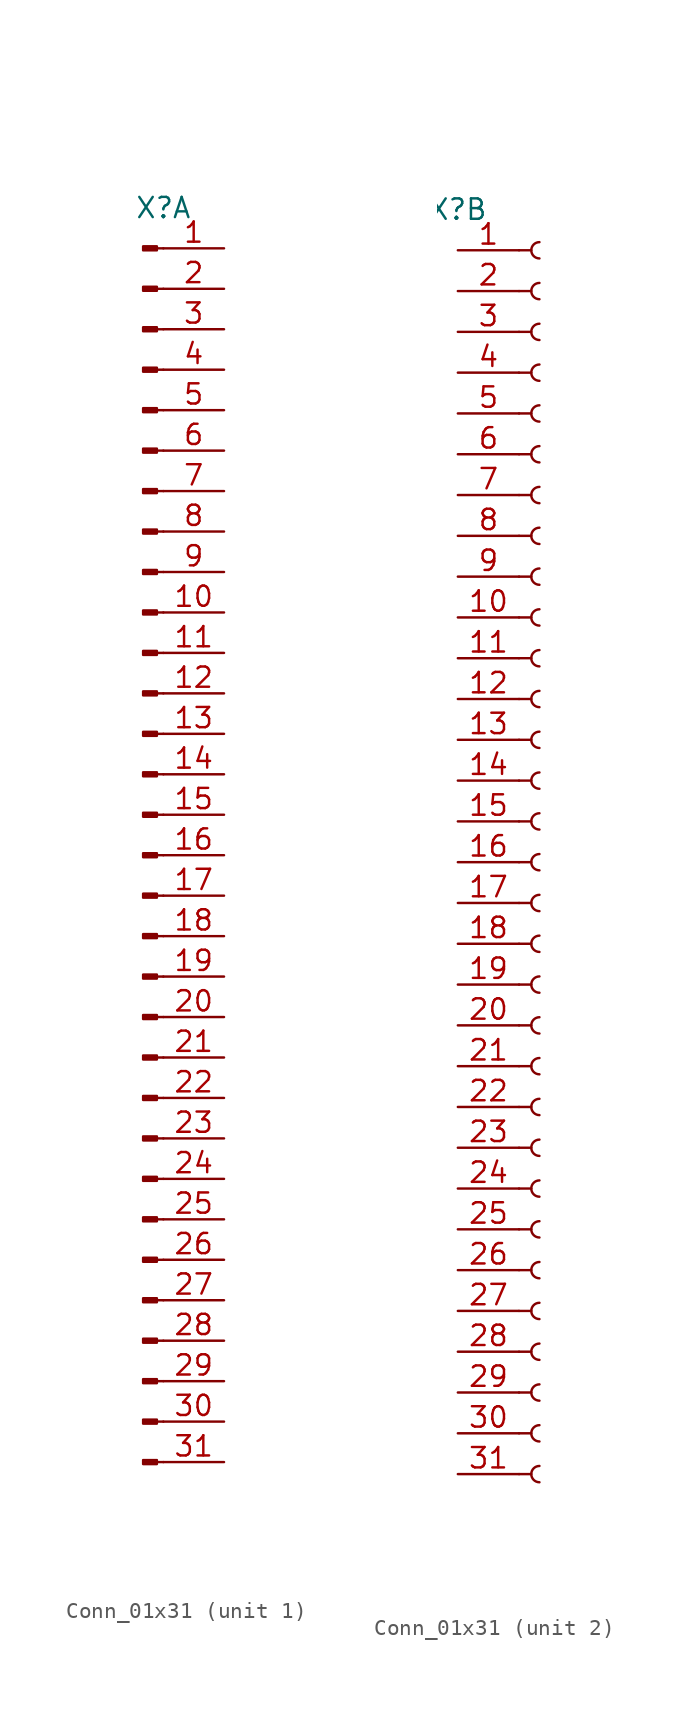
<source format=kicad_sym>
(kicad_symbol_lib
  (version 20241209)
  (generator "kicad_symbol_editor")
  (generator_version "9.0")
  (symbol "Conn_01x31"
    (pin_names
      (offset 1.016)
      (hide yes))
    (property "Reference" "X"
      (at 0 40.64 0)
      (effects (font (size 1.27 1.27))))
    (property "ki_locked" ""
      (at 0 0 0)
      (effects (font (size 1.27 1.27))))
    (symbol "Conn_01x31_1_1"
      (rectangle (start -0.406 38.227) (end -1.27 37.973) (stroke (width 0.152) (type default)) (fill (type outline)))
      (rectangle (start -0.406 35.687) (end -1.27 35.433) (stroke (width 0.152) (type default)) (fill (type outline)))
      (rectangle (start -0.406 33.147) (end -1.27 32.893) (stroke (width 0.152) (type default)) (fill (type outline)))
      (rectangle (start -0.406 30.607) (end -1.27 30.353) (stroke (width 0.152) (type default)) (fill (type outline)))
      (rectangle (start -0.406 28.067) (end -1.27 27.813) (stroke (width 0.152) (type default)) (fill (type outline)))
      (rectangle (start -0.406 25.527) (end -1.27 25.273) (stroke (width 0.152) (type default)) (fill (type outline)))
      (rectangle (start -0.406 22.987) (end -1.27 22.733) (stroke (width 0.152) (type default)) (fill (type outline)))
      (rectangle (start -0.406 20.447) (end -1.27 20.193) (stroke (width 0.152) (type default)) (fill (type outline)))
      (rectangle (start -0.406 17.907) (end -1.27 17.653) (stroke (width 0.152) (type default)) (fill (type outline)))
      (rectangle (start -0.406 15.367) (end -1.27 15.113) (stroke (width 0.152) (type default)) (fill (type outline)))
      (rectangle (start -0.406 12.827) (end -1.27 12.573) (stroke (width 0.152) (type default)) (fill (type outline)))
      (rectangle (start -0.406 10.287) (end -1.27 10.033) (stroke (width 0.152) (type default)) (fill (type outline)))
      (rectangle (start -0.406 7.747) (end -1.27 7.493) (stroke (width 0.152) (type default)) (fill (type outline)))
      (rectangle (start -0.406 5.207) (end -1.27 4.953) (stroke (width 0.152) (type default)) (fill (type outline)))
      (rectangle (start -0.406 2.667) (end -1.27 2.413) (stroke (width 0.152) (type default)) (fill (type outline)))
      (rectangle (start -0.406 0.127) (end -1.27 -0.127) (stroke (width 0.152) (type default)) (fill (type outline)))
      (rectangle (start -0.406 -2.413) (end -1.27 -2.667) (stroke (width 0.152) (type default)) (fill (type outline)))
      (rectangle (start -0.406 -4.953) (end -1.27 -5.207) (stroke (width 0.152) (type default)) (fill (type outline)))
      (rectangle (start -0.406 -7.493) (end -1.27 -7.747) (stroke (width 0.152) (type default)) (fill (type outline)))
      (rectangle (start -0.406 -10.033) (end -1.27 -10.287) (stroke (width 0.152) (type default)) (fill (type outline)))
      (rectangle (start -0.406 -12.573) (end -1.27 -12.827) (stroke (width 0.152) (type default)) (fill (type outline)))
      (rectangle (start -0.406 -15.113) (end -1.27 -15.367) (stroke (width 0.152) (type default)) (fill (type outline)))
      (rectangle (start -0.406 -17.653) (end -1.27 -17.907) (stroke (width 0.152) (type default)) (fill (type outline)))
      (rectangle (start -0.406 -20.193) (end -1.27 -20.447) (stroke (width 0.152) (type default)) (fill (type outline)))
      (rectangle (start -0.406 -22.733) (end -1.27 -22.987) (stroke (width 0.152) (type default)) (fill (type outline)))
      (rectangle (start -0.406 -25.273) (end -1.27 -25.527) (stroke (width 0.152) (type default)) (fill (type outline)))
      (rectangle (start -0.406 -27.813) (end -1.27 -28.067) (stroke (width 0.152) (type default)) (fill (type outline)))
      (rectangle (start -0.406 -30.353) (end -1.27 -30.607) (stroke (width 0.152) (type default)) (fill (type outline)))
      (rectangle (start -0.406 -32.893) (end -1.27 -33.147) (stroke (width 0.152) (type default)) (fill (type outline)))
      (rectangle (start -0.406 -35.433) (end -1.27 -35.687) (stroke (width 0.152) (type default)) (fill (type outline)))
      (rectangle (start -0.406 -37.973) (end -1.27 -38.227) (stroke (width 0.152) (type default)) (fill (type outline)))
      (polyline (pts (xy 0 38.1) (xy -0.406 38.1)) (stroke (width 0.152) (type default)) (fill (type none)))
      (polyline (pts (xy 0 35.56) (xy -0.406 35.56)) (stroke (width 0.152) (type default)) (fill (type none)))
      (polyline (pts (xy 0 33.02) (xy -0.406 33.02)) (stroke (width 0.152) (type default)) (fill (type none)))
      (polyline (pts (xy 0 30.48) (xy -0.406 30.48)) (stroke (width 0.152) (type default)) (fill (type none)))
      (polyline (pts (xy 0 27.94) (xy -0.406 27.94)) (stroke (width 0.152) (type default)) (fill (type none)))
      (polyline (pts (xy 0 25.4) (xy -0.406 25.4)) (stroke (width 0.152) (type default)) (fill (type none)))
      (polyline (pts (xy 0 22.86) (xy -0.406 22.86)) (stroke (width 0.152) (type default)) (fill (type none)))
      (polyline (pts (xy 0 20.32) (xy -0.406 20.32)) (stroke (width 0.152) (type default)) (fill (type none)))
      (polyline (pts (xy 0 17.78) (xy -0.406 17.78)) (stroke (width 0.152) (type default)) (fill (type none)))
      (polyline (pts (xy 0 15.24) (xy -0.406 15.24)) (stroke (width 0.152) (type default)) (fill (type none)))
      (polyline (pts (xy 0 12.7) (xy -0.406 12.7)) (stroke (width 0.152) (type default)) (fill (type none)))
      (polyline (pts (xy 0 10.16) (xy -0.406 10.16)) (stroke (width 0.152) (type default)) (fill (type none)))
      (polyline (pts (xy 0 7.62) (xy -0.406 7.62)) (stroke (width 0.152) (type default)) (fill (type none)))
      (polyline (pts (xy 0 5.08) (xy -0.406 5.08)) (stroke (width 0.152) (type default)) (fill (type none)))
      (polyline (pts (xy 0 2.54) (xy -0.406 2.54)) (stroke (width 0.152) (type default)) (fill (type none)))
      (polyline (pts (xy 0 0) (xy -0.406 0)) (stroke (width 0.152) (type default)) (fill (type none)))
      (polyline (pts (xy 0 -2.54) (xy -0.406 -2.54)) (stroke (width 0.152) (type default)) (fill (type none)))
      (polyline (pts (xy 0 -5.08) (xy -0.406 -5.08)) (stroke (width 0.152) (type default)) (fill (type none)))
      (polyline (pts (xy 0 -7.62) (xy -0.406 -7.62)) (stroke (width 0.152) (type default)) (fill (type none)))
      (polyline (pts (xy 0 -10.16) (xy -0.406 -10.16)) (stroke (width 0.152) (type default)) (fill (type none)))
      (polyline (pts (xy 0 -12.7) (xy -0.406 -12.7)) (stroke (width 0.152) (type default)) (fill (type none)))
      (polyline (pts (xy 0 -15.24) (xy -0.406 -15.24)) (stroke (width 0.152) (type default)) (fill (type none)))
      (polyline (pts (xy 0 -17.78) (xy -0.406 -17.78)) (stroke (width 0.152) (type default)) (fill (type none)))
      (polyline (pts (xy 0 -20.32) (xy -0.406 -20.32)) (stroke (width 0.152) (type default)) (fill (type none)))
      (polyline (pts (xy 0 -22.86) (xy -0.406 -22.86)) (stroke (width 0.152) (type default)) (fill (type none)))
      (polyline (pts (xy 0 -25.4) (xy -0.406 -25.4)) (stroke (width 0.152) (type default)) (fill (type none)))
      (polyline (pts (xy 0 -27.94) (xy -0.406 -27.94)) (stroke (width 0.152) (type default)) (fill (type none)))
      (polyline (pts (xy 0 -30.48) (xy -0.406 -30.48)) (stroke (width 0.152) (type default)) (fill (type none)))
      (polyline (pts (xy 0 -33.02) (xy -0.406 -33.02)) (stroke (width 0.152) (type default)) (fill (type none)))
      (polyline (pts (xy 0 -35.56) (xy -0.406 -35.56)) (stroke (width 0.152) (type default)) (fill (type none)))
      (polyline (pts (xy 0 -38.1) (xy -0.406 -38.1)) (stroke (width 0.152) (type default)) (fill (type none)))
      (pin passive line (at 3.81 38.1 180) (length 3.81) (name "Pin_1" (effects (font (size 1.27 1.27)))) (number "1" (effects (font (size 1.27 1.27)))))
      (pin passive line (at 3.81 35.56 180) (length 3.81) (name "Pin_2" (effects (font (size 1.27 1.27)))) (number "2" (effects (font (size 1.27 1.27)))))
      (pin passive line (at 3.81 33.02 180) (length 3.81) (name "Pin_3" (effects (font (size 1.27 1.27)))) (number "3" (effects (font (size 1.27 1.27)))))
      (pin passive line (at 3.81 30.48 180) (length 3.81) (name "Pin_4" (effects (font (size 1.27 1.27)))) (number "4" (effects (font (size 1.27 1.27)))))
      (pin passive line (at 3.81 27.94 180) (length 3.81) (name "Pin_5" (effects (font (size 1.27 1.27)))) (number "5" (effects (font (size 1.27 1.27)))))
      (pin passive line (at 3.81 25.4 180) (length 3.81) (name "Pin_6" (effects (font (size 1.27 1.27)))) (number "6" (effects (font (size 1.27 1.27)))))
      (pin passive line (at 3.81 22.86 180) (length 3.81) (name "Pin_7" (effects (font (size 1.27 1.27)))) (number "7" (effects (font (size 1.27 1.27)))))
      (pin passive line (at 3.81 20.32 180) (length 3.81) (name "Pin_8" (effects (font (size 1.27 1.27)))) (number "8" (effects (font (size 1.27 1.27)))))
      (pin passive line (at 3.81 17.78 180) (length 3.81) (name "Pin_9" (effects (font (size 1.27 1.27)))) (number "9" (effects (font (size 1.27 1.27)))))
      (pin passive line (at 3.81 15.24 180) (length 3.81) (name "Pin_10" (effects (font (size 1.27 1.27)))) (number "10" (effects (font (size 1.27 1.27)))))
      (pin passive line (at 3.81 12.7 180) (length 3.81) (name "Pin_11" (effects (font (size 1.27 1.27)))) (number "11" (effects (font (size 1.27 1.27)))))
      (pin passive line (at 3.81 10.16 180) (length 3.81) (name "Pin_12" (effects (font (size 1.27 1.27)))) (number "12" (effects (font (size 1.27 1.27)))))
      (pin passive line (at 3.81 7.62 180) (length 3.81) (name "Pin_13" (effects (font (size 1.27 1.27)))) (number "13" (effects (font (size 1.27 1.27)))))
      (pin passive line (at 3.81 5.08 180) (length 3.81) (name "Pin_14" (effects (font (size 1.27 1.27)))) (number "14" (effects (font (size 1.27 1.27)))))
      (pin passive line (at 3.81 2.54 180) (length 3.81) (name "Pin_15" (effects (font (size 1.27 1.27)))) (number "15" (effects (font (size 1.27 1.27)))))
      (pin passive line (at 3.81 0 180) (length 3.81) (name "Pin_16" (effects (font (size 1.27 1.27)))) (number "16" (effects (font (size 1.27 1.27)))))
      (pin passive line (at 3.81 -2.54 180) (length 3.81) (name "Pin_17" (effects (font (size 1.27 1.27)))) (number "17" (effects (font (size 1.27 1.27)))))
      (pin passive line (at 3.81 -5.08 180) (length 3.81) (name "Pin_18" (effects (font (size 1.27 1.27)))) (number "18" (effects (font (size 1.27 1.27)))))
      (pin passive line (at 3.81 -7.62 180) (length 3.81) (name "Pin_19" (effects (font (size 1.27 1.27)))) (number "19" (effects (font (size 1.27 1.27)))))
      (pin passive line (at 3.81 -10.16 180) (length 3.81) (name "Pin_20" (effects (font (size 1.27 1.27)))) (number "20" (effects (font (size 1.27 1.27)))))
      (pin passive line (at 3.81 -12.7 180) (length 3.81) (name "Pin_21" (effects (font (size 1.27 1.27)))) (number "21" (effects (font (size 1.27 1.27)))))
      (pin passive line (at 3.81 -15.24 180) (length 3.81) (name "Pin_22" (effects (font (size 1.27 1.27)))) (number "22" (effects (font (size 1.27 1.27)))))
      (pin passive line (at 3.81 -17.78 180) (length 3.81) (name "Pin_23" (effects (font (size 1.27 1.27)))) (number "23" (effects (font (size 1.27 1.27)))))
      (pin passive line (at 3.81 -20.32 180) (length 3.81) (name "Pin_24" (effects (font (size 1.27 1.27)))) (number "24" (effects (font (size 1.27 1.27)))))
      (pin passive line (at 3.81 -22.86 180) (length 3.81) (name "Pin_25" (effects (font (size 1.27 1.27)))) (number "25" (effects (font (size 1.27 1.27)))))
      (pin passive line (at 3.81 -25.4 180) (length 3.81) (name "Pin_26" (effects (font (size 1.27 1.27)))) (number "26" (effects (font (size 1.27 1.27)))))
      (pin passive line (at 3.81 -27.94 180) (length 3.81) (name "Pin_27" (effects (font (size 1.27 1.27)))) (number "27" (effects (font (size 1.27 1.27)))))
      (pin passive line (at 3.81 -30.48 180) (length 3.81) (name "Pin_28" (effects (font (size 1.27 1.27)))) (number "28" (effects (font (size 1.27 1.27)))))
      (pin passive line (at 3.81 -33.02 180) (length 3.81) (name "Pin_29" (effects (font (size 1.27 1.27)))) (number "29" (effects (font (size 1.27 1.27)))))
      (pin passive line (at 3.81 -35.56 180) (length 3.81) (name "Pin_30" (effects (font (size 1.27 1.27)))) (number "30" (effects (font (size 1.27 1.27)))))
      (pin passive line (at 3.81 -38.1 180) (length 3.81) (name "Pin_31" (effects (font (size 1.27 1.27)))) (number "31" (effects (font (size 1.27 1.27))))))
    (symbol "Conn_01x31_2_1"
      (polyline (pts (xy 3.81 38.1) (xy 4.572 38.1)) (stroke (width 0.152) (type default)) (fill (type none)))
      (polyline (pts (xy 3.81 35.56) (xy 4.572 35.56)) (stroke (width 0.152) (type default)) (fill (type none)))
      (polyline (pts (xy 3.81 33.02) (xy 4.572 33.02)) (stroke (width 0.152) (type default)) (fill (type none)))
      (polyline (pts (xy 3.81 30.48) (xy 4.572 30.48)) (stroke (width 0.152) (type default)) (fill (type none)))
      (polyline (pts (xy 3.81 27.94) (xy 4.572 27.94)) (stroke (width 0.152) (type default)) (fill (type none)))
      (polyline (pts (xy 3.81 25.4) (xy 4.572 25.4)) (stroke (width 0.152) (type default)) (fill (type none)))
      (polyline (pts (xy 3.81 22.86) (xy 4.572 22.86)) (stroke (width 0.152) (type default)) (fill (type none)))
      (polyline (pts (xy 3.81 20.32) (xy 4.572 20.32)) (stroke (width 0.152) (type default)) (fill (type none)))
      (polyline (pts (xy 3.81 17.78) (xy 4.572 17.78)) (stroke (width 0.152) (type default)) (fill (type none)))
      (polyline (pts (xy 3.81 15.24) (xy 4.572 15.24)) (stroke (width 0.152) (type default)) (fill (type none)))
      (polyline (pts (xy 3.81 12.7) (xy 4.572 12.7)) (stroke (width 0.152) (type default)) (fill (type none)))
      (polyline (pts (xy 3.81 10.16) (xy 4.572 10.16)) (stroke (width 0.152) (type default)) (fill (type none)))
      (polyline (pts (xy 3.81 7.62) (xy 4.572 7.62)) (stroke (width 0.152) (type default)) (fill (type none)))
      (polyline (pts (xy 3.81 5.08) (xy 4.572 5.08)) (stroke (width 0.152) (type default)) (fill (type none)))
      (polyline (pts (xy 3.81 2.54) (xy 4.572 2.54)) (stroke (width 0.152) (type default)) (fill (type none)))
      (polyline (pts (xy 3.81 0) (xy 4.572 0)) (stroke (width 0.152) (type default)) (fill (type none)))
      (polyline (pts (xy 3.81 -2.54) (xy 4.572 -2.54)) (stroke (width 0.152) (type default)) (fill (type none)))
      (polyline (pts (xy 3.81 -5.08) (xy 4.572 -5.08)) (stroke (width 0.152) (type default)) (fill (type none)))
      (polyline (pts (xy 3.81 -7.62) (xy 4.572 -7.62)) (stroke (width 0.152) (type default)) (fill (type none)))
      (polyline (pts (xy 3.81 -10.16) (xy 4.572 -10.16)) (stroke (width 0.152) (type default)) (fill (type none)))
      (polyline (pts (xy 3.81 -12.7) (xy 4.572 -12.7)) (stroke (width 0.152) (type default)) (fill (type none)))
      (polyline (pts (xy 3.81 -15.24) (xy 4.572 -15.24)) (stroke (width 0.152) (type default)) (fill (type none)))
      (polyline (pts (xy 3.81 -17.78) (xy 4.572 -17.78)) (stroke (width 0.152) (type default)) (fill (type none)))
      (polyline (pts (xy 3.81 -20.32) (xy 4.572 -20.32)) (stroke (width 0.152) (type default)) (fill (type none)))
      (polyline (pts (xy 3.81 -22.86) (xy 4.572 -22.86)) (stroke (width 0.152) (type default)) (fill (type none)))
      (polyline (pts (xy 3.81 -25.4) (xy 4.572 -25.4)) (stroke (width 0.152) (type default)) (fill (type none)))
      (polyline (pts (xy 3.81 -27.94) (xy 4.572 -27.94)) (stroke (width 0.152) (type default)) (fill (type none)))
      (polyline (pts (xy 3.81 -30.48) (xy 4.572 -30.48)) (stroke (width 0.152) (type default)) (fill (type none)))
      (polyline (pts (xy 3.81 -33.02) (xy 4.572 -33.02)) (stroke (width 0.152) (type default)) (fill (type none)))
      (polyline (pts (xy 3.81 -35.56) (xy 4.572 -35.56)) (stroke (width 0.152) (type default)) (fill (type none)))
      (polyline (pts (xy 3.81 -38.1) (xy 4.572 -38.1)) (stroke (width 0.152) (type default)) (fill (type none)))
      (arc (start 5.08 37.592) (mid 4.5742 38.1) (end 5.08 38.608) (stroke (width 0.1524) (type default)) (fill (type none)))
      (arc (start 5.08 35.052) (mid 4.5742 35.56) (end 5.08 36.068) (stroke (width 0.1524) (type default)) (fill (type none)))
      (arc (start 5.08 32.512) (mid 4.5742 33.02) (end 5.08 33.528) (stroke (width 0.1524) (type default)) (fill (type none)))
      (arc (start 5.08 29.972) (mid 4.5742 30.48) (end 5.08 30.988) (stroke (width 0.1524) (type default)) (fill (type none)))
      (arc (start 5.08 27.432) (mid 4.5742 27.94) (end 5.08 28.448) (stroke (width 0.1524) (type default)) (fill (type none)))
      (arc (start 5.08 24.892) (mid 4.5742 25.4) (end 5.08 25.908) (stroke (width 0.1524) (type default)) (fill (type none)))
      (arc (start 5.08 22.352) (mid 4.5742 22.86) (end 5.08 23.368) (stroke (width 0.1524) (type default)) (fill (type none)))
      (arc (start 5.08 19.812) (mid 4.5742 20.32) (end 5.08 20.828) (stroke (width 0.1524) (type default)) (fill (type none)))
      (arc (start 5.08 17.272) (mid 4.5742 17.78) (end 5.08 18.288) (stroke (width 0.1524) (type default)) (fill (type none)))
      (arc (start 5.08 14.732) (mid 4.5742 15.24) (end 5.08 15.748) (stroke (width 0.1524) (type default)) (fill (type none)))
      (arc (start 5.08 12.192) (mid 4.5742 12.7) (end 5.08 13.208) (stroke (width 0.1524) (type default)) (fill (type none)))
      (arc (start 5.08 9.652) (mid 4.5742 10.16) (end 5.08 10.668) (stroke (width 0.1524) (type default)) (fill (type none)))
      (arc (start 5.08 7.112) (mid 4.5742 7.62) (end 5.08 8.128) (stroke (width 0.1524) (type default)) (fill (type none)))
      (arc (start 5.08 4.572) (mid 4.5742 5.08) (end 5.08 5.588) (stroke (width 0.1524) (type default)) (fill (type none)))
      (arc (start 5.08 2.032) (mid 4.5742 2.54) (end 5.08 3.048) (stroke (width 0.1524) (type default)) (fill (type none)))
      (arc (start 5.08 -0.508) (mid 4.5742 0) (end 5.08 0.508) (stroke (width 0.1524) (type default)) (fill (type none)))
      (arc (start 5.08 -3.048) (mid 4.5742 -2.54) (end 5.08 -2.032) (stroke (width 0.1524) (type default)) (fill (type none)))
      (arc (start 5.08 -5.588) (mid 4.5742 -5.08) (end 5.08 -4.572) (stroke (width 0.1524) (type default)) (fill (type none)))
      (arc (start 5.08 -8.128) (mid 4.5742 -7.62) (end 5.08 -7.112) (stroke (width 0.1524) (type default)) (fill (type none)))
      (arc (start 5.08 -10.668) (mid 4.5742 -10.16) (end 5.08 -9.652) (stroke (width 0.1524) (type default)) (fill (type none)))
      (arc (start 5.08 -13.208) (mid 4.5742 -12.7) (end 5.08 -12.192) (stroke (width 0.1524) (type default)) (fill (type none)))
      (arc (start 5.08 -15.748) (mid 4.5742 -15.24) (end 5.08 -14.732) (stroke (width 0.1524) (type default)) (fill (type none)))
      (arc (start 5.08 -18.288) (mid 4.5742 -17.78) (end 5.08 -17.272) (stroke (width 0.1524) (type default)) (fill (type none)))
      (arc (start 5.08 -20.828) (mid 4.5742 -20.32) (end 5.08 -19.812) (stroke (width 0.1524) (type default)) (fill (type none)))
      (arc (start 5.08 -23.368) (mid 4.5742 -22.86) (end 5.08 -22.352) (stroke (width 0.1524) (type default)) (fill (type none)))
      (arc (start 5.08 -25.908) (mid 4.5742 -25.4) (end 5.08 -24.892) (stroke (width 0.1524) (type default)) (fill (type none)))
      (arc (start 5.08 -28.448) (mid 4.5742 -27.94) (end 5.08 -27.432) (stroke (width 0.1524) (type default)) (fill (type none)))
      (arc (start 5.08 -30.988) (mid 4.5742 -30.48) (end 5.08 -29.972) (stroke (width 0.1524) (type default)) (fill (type none)))
      (arc (start 5.08 -33.528) (mid 4.5742 -33.02) (end 5.08 -32.512) (stroke (width 0.1524) (type default)) (fill (type none)))
      (arc (start 5.08 -36.068) (mid 4.5742 -35.56) (end 5.08 -35.052) (stroke (width 0.1524) (type default)) (fill (type none)))
      (arc (start 5.08 -38.608) (mid 4.5742 -38.1) (end 5.08 -37.592) (stroke (width 0.1524) (type default)) (fill (type none)))
      (pin passive line (at 0 38.1 0) (length 3.81) (name "Pin_1" (effects (font (size 1.27 1.27)))) (number "1" (effects (font (size 1.27 1.27)))))
      (pin passive line (at 0 35.56 0) (length 3.81) (name "Pin_2" (effects (font (size 1.27 1.27)))) (number "2" (effects (font (size 1.27 1.27)))))
      (pin passive line (at 0 33.02 0) (length 3.81) (name "Pin_3" (effects (font (size 1.27 1.27)))) (number "3" (effects (font (size 1.27 1.27)))))
      (pin passive line (at 0 30.48 0) (length 3.81) (name "Pin_4" (effects (font (size 1.27 1.27)))) (number "4" (effects (font (size 1.27 1.27)))))
      (pin passive line (at 0 27.94 0) (length 3.81) (name "Pin_5" (effects (font (size 1.27 1.27)))) (number "5" (effects (font (size 1.27 1.27)))))
      (pin passive line (at 0 25.4 0) (length 3.81) (name "Pin_6" (effects (font (size 1.27 1.27)))) (number "6" (effects (font (size 1.27 1.27)))))
      (pin passive line (at 0 22.86 0) (length 3.81) (name "Pin_7" (effects (font (size 1.27 1.27)))) (number "7" (effects (font (size 1.27 1.27)))))
      (pin passive line (at 0 20.32 0) (length 3.81) (name "Pin_8" (effects (font (size 1.27 1.27)))) (number "8" (effects (font (size 1.27 1.27)))))
      (pin passive line (at 0 17.78 0) (length 3.81) (name "Pin_9" (effects (font (size 1.27 1.27)))) (number "9" (effects (font (size 1.27 1.27)))))
      (pin passive line (at 0 15.24 0) (length 3.81) (name "Pin_10" (effects (font (size 1.27 1.27)))) (number "10" (effects (font (size 1.27 1.27)))))
      (pin passive line (at 0 12.7 0) (length 3.81) (name "Pin_11" (effects (font (size 1.27 1.27)))) (number "11" (effects (font (size 1.27 1.27)))))
      (pin passive line (at 0 10.16 0) (length 3.81) (name "Pin_12" (effects (font (size 1.27 1.27)))) (number "12" (effects (font (size 1.27 1.27)))))
      (pin passive line (at 0 7.62 0) (length 3.81) (name "Pin_13" (effects (font (size 1.27 1.27)))) (number "13" (effects (font (size 1.27 1.27)))))
      (pin passive line (at 0 5.08 0) (length 3.81) (name "Pin_14" (effects (font (size 1.27 1.27)))) (number "14" (effects (font (size 1.27 1.27)))))
      (pin passive line (at 0 2.54 0) (length 3.81) (name "Pin_15" (effects (font (size 1.27 1.27)))) (number "15" (effects (font (size 1.27 1.27)))))
      (pin passive line (at 0 0 0) (length 3.81) (name "Pin_16" (effects (font (size 1.27 1.27)))) (number "16" (effects (font (size 1.27 1.27)))))
      (pin passive line (at 0 -2.54 0) (length 3.81) (name "Pin_17" (effects (font (size 1.27 1.27)))) (number "17" (effects (font (size 1.27 1.27)))))
      (pin passive line (at 0 -5.08 0) (length 3.81) (name "Pin_18" (effects (font (size 1.27 1.27)))) (number "18" (effects (font (size 1.27 1.27)))))
      (pin passive line (at 0 -7.62 0) (length 3.81) (name "Pin_19" (effects (font (size 1.27 1.27)))) (number "19" (effects (font (size 1.27 1.27)))))
      (pin passive line (at 0 -10.16 0) (length 3.81) (name "Pin_20" (effects (font (size 1.27 1.27)))) (number "20" (effects (font (size 1.27 1.27)))))
      (pin passive line (at 0 -12.7 0) (length 3.81) (name "Pin_21" (effects (font (size 1.27 1.27)))) (number "21" (effects (font (size 1.27 1.27)))))
      (pin passive line (at 0 -15.24 0) (length 3.81) (name "Pin_22" (effects (font (size 1.27 1.27)))) (number "22" (effects (font (size 1.27 1.27)))))
      (pin passive line (at 0 -17.78 0) (length 3.81) (name "Pin_23" (effects (font (size 1.27 1.27)))) (number "23" (effects (font (size 1.27 1.27)))))
      (pin passive line (at 0 -20.32 0) (length 3.81) (name "Pin_24" (effects (font (size 1.27 1.27)))) (number "24" (effects (font (size 1.27 1.27)))))
      (pin passive line (at 0 -22.86 0) (length 3.81) (name "Pin_25" (effects (font (size 1.27 1.27)))) (number "25" (effects (font (size 1.27 1.27)))))
      (pin passive line (at 0 -25.4 0) (length 3.81) (name "Pin_26" (effects (font (size 1.27 1.27)))) (number "26" (effects (font (size 1.27 1.27)))))
      (pin passive line (at 0 -27.94 0) (length 3.81) (name "Pin_27" (effects (font (size 1.27 1.27)))) (number "27" (effects (font (size 1.27 1.27)))))
      (pin passive line (at 0 -30.48 0) (length 3.81) (name "Pin_28" (effects (font (size 1.27 1.27)))) (number "28" (effects (font (size 1.27 1.27)))))
      (pin passive line (at 0 -33.02 0) (length 3.81) (name "Pin_29" (effects (font (size 1.27 1.27)))) (number "29" (effects (font (size 1.27 1.27)))))
      (pin passive line (at 0 -35.56 0) (length 3.81) (name "Pin_30" (effects (font (size 1.27 1.27)))) (number "30" (effects (font (size 1.27 1.27)))))
      (pin passive line (at 0 -38.1 0) (length 3.81) (name "Pin_31" (effects (font (size 1.27 1.27)))) (number "31" (effects (font (size 1.27 1.27))))))))
</source>
